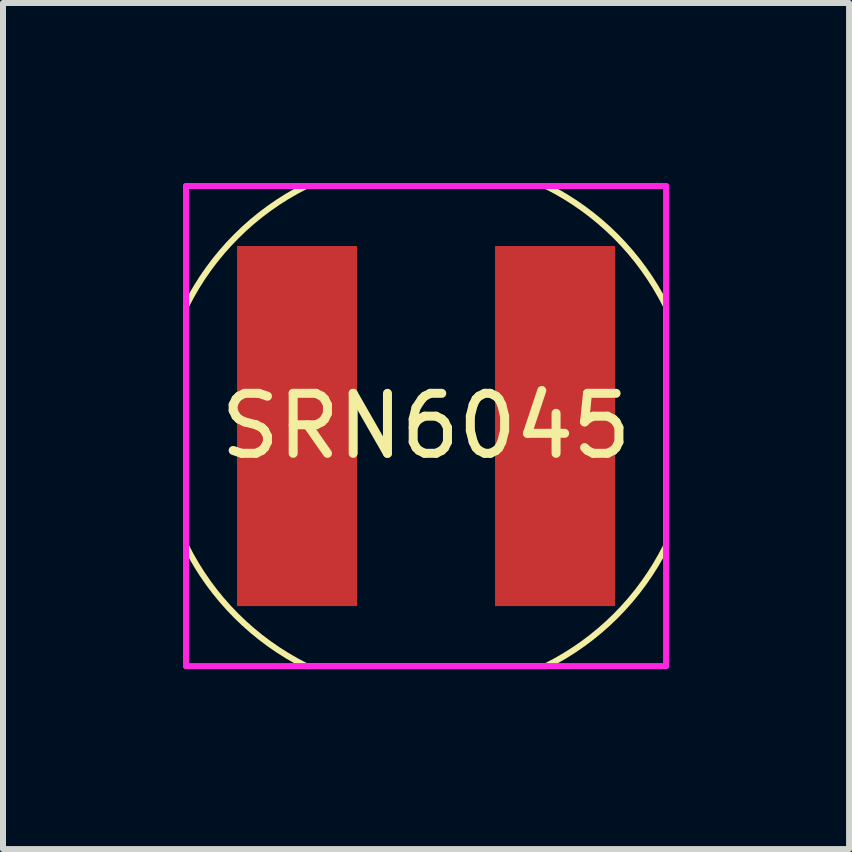
<source format=kicad_pcb>
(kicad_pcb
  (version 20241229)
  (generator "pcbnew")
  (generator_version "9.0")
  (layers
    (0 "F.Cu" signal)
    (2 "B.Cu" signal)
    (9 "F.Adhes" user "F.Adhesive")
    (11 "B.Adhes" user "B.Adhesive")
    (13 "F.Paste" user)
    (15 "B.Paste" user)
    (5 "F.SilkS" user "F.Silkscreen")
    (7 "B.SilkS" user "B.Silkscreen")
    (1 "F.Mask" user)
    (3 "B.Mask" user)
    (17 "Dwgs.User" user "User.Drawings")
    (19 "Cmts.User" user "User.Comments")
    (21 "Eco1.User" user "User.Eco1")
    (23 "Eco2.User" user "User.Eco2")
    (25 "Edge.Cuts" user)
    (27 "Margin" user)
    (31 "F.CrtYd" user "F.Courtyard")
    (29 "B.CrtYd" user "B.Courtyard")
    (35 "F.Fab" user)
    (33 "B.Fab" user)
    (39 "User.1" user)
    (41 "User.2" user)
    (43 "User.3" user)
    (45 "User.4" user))
  (footprint "SRN6045"
    (layer "F.Cu")
    (at 4.05 4.05)
    (property "Reference" "SRN6045" (at 0 0 0) (layer "F.SilkS") (effects (font (size 1 1) (thickness 0.15))))
    (attr through_hole)
    (fp_line (start -4 2) (end -4 -2) (stroke (width 0.1) (type solid)) (layer "F.SilkS"))
    (fp_line (start -2 -4) (end 2 -4) (stroke (width 0.1) (type solid)) (layer "F.SilkS"))
    (fp_line (start 2 4) (end -2 4) (stroke (width 0.1) (type solid)) (layer "F.SilkS"))
    (fp_line (start 4 -2) (end 4 2) (stroke (width 0.1) (type solid)) (layer "F.SilkS"))
    (fp_arc (start -4 -2) (mid -3.162278 -3.162278) (end -2 -4) (stroke (width 0.1) (type solid)) (layer "F.SilkS"))
    (fp_arc (start -2 4) (mid -3.162278 3.162278) (end -4 2) (stroke (width 0.1) (type solid)) (layer "F.SilkS"))
    (fp_arc (start 2 -4) (mid 3.162278 -3.162278) (end 4 -2) (stroke (width 0.1) (type solid)) (layer "F.SilkS"))
    (fp_arc (start 4 2) (mid 3.162278 3.162278) (end 2 4) (stroke (width 0.1) (type solid)) (layer "F.SilkS"))
    (fp_line (start -4 -4) (end 4 -4) (stroke (width 0.1) (type solid)) (layer "F.CrtYd"))
    (fp_line (start -4 4) (end -4 -4) (stroke (width 0.1) (type solid)) (layer "F.CrtYd"))
    (fp_line (start 4 -4) (end 4 4) (stroke (width 0.1) (type solid)) (layer "F.CrtYd"))
    (fp_line (start 4 4) (end -4 4) (stroke (width 0.1) (type solid)) (layer "F.CrtYd"))
    (pad "1" smd rect (at -2.15 0) (size 2 6) (layers "F.Cu" "F.Mask" "F.Paste"))
    (pad "2" smd rect (at 2.15 0) (size 2 6) (layers "F.Cu" "F.Mask" "F.Paste")))
  (gr_rect
    (start -3 -3)
    (end 11.1 11.1)
    (stroke (width 0.1) (type default))
    (fill no)
    (layer "Edge.Cuts")))
</source>
